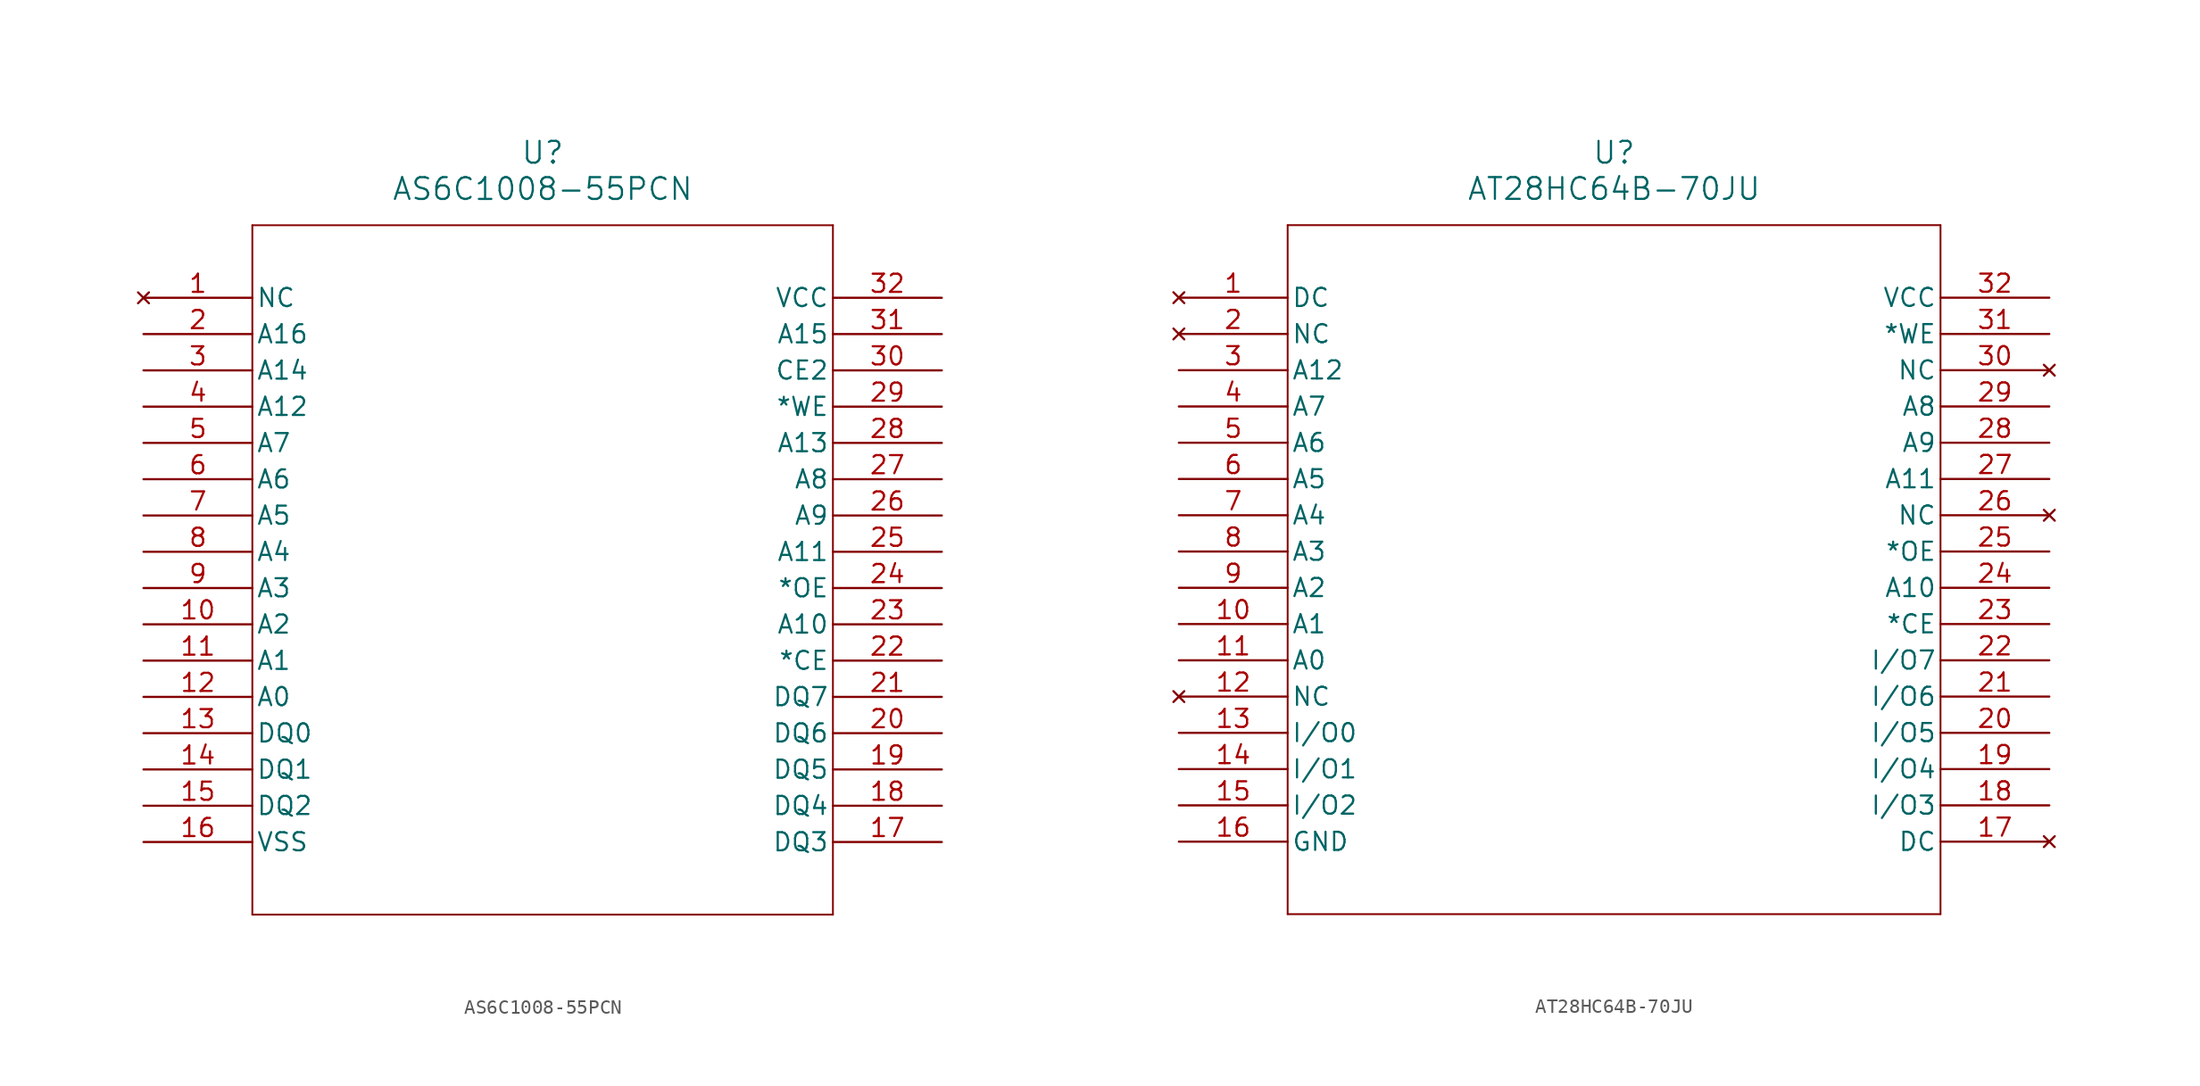
<source format=kicad_sym>
(kicad_symbol_lib
  (version 20211014)
  (generator kicad_symbol_editor)
  (symbol "AS6C1008-55PCN"
    (pin_names
      (offset 0.254))
    (property "Reference" "U"
      (at 27.94 10.16 0)
      (effects (font (size 1.524 1.524))))
    (property "Value" "AS6C1008-55PCN"
      (at 27.94 7.62 0)
      (effects (font (size 1.524 1.524))))
    (symbol "AS6C1008-55PCN_0_1"
      (polyline (pts (xy 7.62 -43.18) (xy 48.26 -43.18)) (stroke (width 0.127) (type default) (color 0 0 0 0)) (fill (type none)))
      (polyline (pts (xy 7.62 5.08) (xy 7.62 -43.18)) (stroke (width 0.127) (type default) (color 0 0 0 0)) (fill (type none)))
      (polyline (pts (xy 48.26 -43.18) (xy 48.26 5.08)) (stroke (width 0.127) (type default) (color 0 0 0 0)) (fill (type none)))
      (polyline (pts (xy 48.26 5.08) (xy 7.62 5.08)) (stroke (width 0.127) (type default) (color 0 0 0 0)) (fill (type none)))
      (pin no_connect line (at 0 0 0) (length 7.62) (name "NC" (effects (font (size 1.27 1.27)))) (number "1" (effects (font (size 1.27 1.27)))))
      (pin input line (at 0 -22.86 0) (length 7.62) (name "A2" (effects (font (size 1.27 1.27)))) (number "10" (effects (font (size 1.27 1.27)))))
      (pin input line (at 0 -25.4 0) (length 7.62) (name "A1" (effects (font (size 1.27 1.27)))) (number "11" (effects (font (size 1.27 1.27)))))
      (pin input line (at 0 -27.94 0) (length 7.62) (name "A0" (effects (font (size 1.27 1.27)))) (number "12" (effects (font (size 1.27 1.27)))))
      (pin bidirectional line (at 0 -30.48 0) (length 7.62) (name "DQ0" (effects (font (size 1.27 1.27)))) (number "13" (effects (font (size 1.27 1.27)))))
      (pin bidirectional line (at 0 -33.02 0) (length 7.62) (name "DQ1" (effects (font (size 1.27 1.27)))) (number "14" (effects (font (size 1.27 1.27)))))
      (pin bidirectional line (at 0 -35.56 0) (length 7.62) (name "DQ2" (effects (font (size 1.27 1.27)))) (number "15" (effects (font (size 1.27 1.27)))))
      (pin power_in line (at 0 -38.1 0) (length 7.62) (name "VSS" (effects (font (size 1.27 1.27)))) (number "16" (effects (font (size 1.27 1.27)))))
      (pin bidirectional line (at 55.88 -38.1 180) (length 7.62) (name "DQ3" (effects (font (size 1.27 1.27)))) (number "17" (effects (font (size 1.27 1.27)))))
      (pin bidirectional line (at 55.88 -35.56 180) (length 7.62) (name "DQ4" (effects (font (size 1.27 1.27)))) (number "18" (effects (font (size 1.27 1.27)))))
      (pin bidirectional line (at 55.88 -33.02 180) (length 7.62) (name "DQ5" (effects (font (size 1.27 1.27)))) (number "19" (effects (font (size 1.27 1.27)))))
      (pin input line (at 0 -2.54 0) (length 7.62) (name "A16" (effects (font (size 1.27 1.27)))) (number "2" (effects (font (size 1.27 1.27)))))
      (pin bidirectional line (at 55.88 -30.48 180) (length 7.62) (name "DQ6" (effects (font (size 1.27 1.27)))) (number "20" (effects (font (size 1.27 1.27)))))
      (pin bidirectional line (at 55.88 -27.94 180) (length 7.62) (name "DQ7" (effects (font (size 1.27 1.27)))) (number "21" (effects (font (size 1.27 1.27)))))
      (pin input line (at 55.88 -25.4 180) (length 7.62) (name "*CE" (effects (font (size 1.27 1.27)))) (number "22" (effects (font (size 1.27 1.27)))))
      (pin input line (at 55.88 -22.86 180) (length 7.62) (name "A10" (effects (font (size 1.27 1.27)))) (number "23" (effects (font (size 1.27 1.27)))))
      (pin bidirectional line (at 55.88 -20.32 180) (length 7.62) (name "*OE" (effects (font (size 1.27 1.27)))) (number "24" (effects (font (size 1.27 1.27)))))
      (pin input line (at 55.88 -17.78 180) (length 7.62) (name "A11" (effects (font (size 1.27 1.27)))) (number "25" (effects (font (size 1.27 1.27)))))
      (pin input line (at 55.88 -15.24 180) (length 7.62) (name "A9" (effects (font (size 1.27 1.27)))) (number "26" (effects (font (size 1.27 1.27)))))
      (pin input line (at 55.88 -12.7 180) (length 7.62) (name "A8" (effects (font (size 1.27 1.27)))) (number "27" (effects (font (size 1.27 1.27)))))
      (pin input line (at 55.88 -10.16 180) (length 7.62) (name "A13" (effects (font (size 1.27 1.27)))) (number "28" (effects (font (size 1.27 1.27)))))
      (pin input line (at 55.88 -7.62 180) (length 7.62) (name "*WE" (effects (font (size 1.27 1.27)))) (number "29" (effects (font (size 1.27 1.27)))))
      (pin input line (at 0 -5.08 0) (length 7.62) (name "A14" (effects (font (size 1.27 1.27)))) (number "3" (effects (font (size 1.27 1.27)))))
      (pin input line (at 55.88 -5.08 180) (length 7.62) (name "CE2" (effects (font (size 1.27 1.27)))) (number "30" (effects (font (size 1.27 1.27)))))
      (pin input line (at 55.88 -2.54 180) (length 7.62) (name "A15" (effects (font (size 1.27 1.27)))) (number "31" (effects (font (size 1.27 1.27)))))
      (pin power_in line (at 55.88 0 180) (length 7.62) (name "VCC" (effects (font (size 1.27 1.27)))) (number "32" (effects (font (size 1.27 1.27)))))
      (pin input line (at 0 -7.62 0) (length 7.62) (name "A12" (effects (font (size 1.27 1.27)))) (number "4" (effects (font (size 1.27 1.27)))))
      (pin input line (at 0 -10.16 0) (length 7.62) (name "A7" (effects (font (size 1.27 1.27)))) (number "5" (effects (font (size 1.27 1.27)))))
      (pin input line (at 0 -12.7 0) (length 7.62) (name "A6" (effects (font (size 1.27 1.27)))) (number "6" (effects (font (size 1.27 1.27)))))
      (pin input line (at 0 -15.24 0) (length 7.62) (name "A5" (effects (font (size 1.27 1.27)))) (number "7" (effects (font (size 1.27 1.27)))))
      (pin input line (at 0 -17.78 0) (length 7.62) (name "A4" (effects (font (size 1.27 1.27)))) (number "8" (effects (font (size 1.27 1.27)))))
      (pin input line (at 0 -20.32 0) (length 7.62) (name "A3" (effects (font (size 1.27 1.27)))) (number "9" (effects (font (size 1.27 1.27)))))))
  (symbol "AT28HC64B-70JU"
    (pin_names
      (offset 0.254))
    (property "Reference" "U"
      (at 30.48 10.16 0)
      (effects (font (size 1.524 1.524))))
    (property "Value" "AT28HC64B-70JU"
      (at 30.48 7.62 0)
      (effects (font (size 1.524 1.524))))
    (symbol "AT28HC64B-70JU_0_1"
      (polyline (pts (xy 7.62 -43.18) (xy 53.34 -43.18)) (stroke (width 0.127) (type default) (color 0 0 0 0)) (fill (type none)))
      (polyline (pts (xy 7.62 5.08) (xy 7.62 -43.18)) (stroke (width 0.127) (type default) (color 0 0 0 0)) (fill (type none)))
      (polyline (pts (xy 53.34 -43.18) (xy 53.34 5.08)) (stroke (width 0.127) (type default) (color 0 0 0 0)) (fill (type none)))
      (polyline (pts (xy 53.34 5.08) (xy 7.62 5.08)) (stroke (width 0.127) (type default) (color 0 0 0 0)) (fill (type none)))
      (pin no_connect line (at 0 0 0) (length 7.62) (name "DC" (effects (font (size 1.27 1.27)))) (number "1" (effects (font (size 1.27 1.27)))))
      (pin unspecified line (at 0 -22.86 0) (length 7.62) (name "A1" (effects (font (size 1.27 1.27)))) (number "10" (effects (font (size 1.27 1.27)))))
      (pin unspecified line (at 0 -25.4 0) (length 7.62) (name "A0" (effects (font (size 1.27 1.27)))) (number "11" (effects (font (size 1.27 1.27)))))
      (pin no_connect line (at 0 -27.94 0) (length 7.62) (name "NC" (effects (font (size 1.27 1.27)))) (number "12" (effects (font (size 1.27 1.27)))))
      (pin bidirectional line (at 0 -30.48 0) (length 7.62) (name "I/O0" (effects (font (size 1.27 1.27)))) (number "13" (effects (font (size 1.27 1.27)))))
      (pin bidirectional line (at 0 -33.02 0) (length 7.62) (name "I/O1" (effects (font (size 1.27 1.27)))) (number "14" (effects (font (size 1.27 1.27)))))
      (pin bidirectional line (at 0 -35.56 0) (length 7.62) (name "I/O2" (effects (font (size 1.27 1.27)))) (number "15" (effects (font (size 1.27 1.27)))))
      (pin power_in line (at 0 -38.1 0) (length 7.62) (name "GND" (effects (font (size 1.27 1.27)))) (number "16" (effects (font (size 1.27 1.27)))))
      (pin no_connect line (at 60.96 -38.1 180) (length 7.62) (name "DC" (effects (font (size 1.27 1.27)))) (number "17" (effects (font (size 1.27 1.27)))))
      (pin bidirectional line (at 60.96 -35.56 180) (length 7.62) (name "I/O3" (effects (font (size 1.27 1.27)))) (number "18" (effects (font (size 1.27 1.27)))))
      (pin bidirectional line (at 60.96 -33.02 180) (length 7.62) (name "I/O4" (effects (font (size 1.27 1.27)))) (number "19" (effects (font (size 1.27 1.27)))))
      (pin no_connect line (at 0 -2.54 0) (length 7.62) (name "NC" (effects (font (size 1.27 1.27)))) (number "2" (effects (font (size 1.27 1.27)))))
      (pin bidirectional line (at 60.96 -30.48 180) (length 7.62) (name "I/O5" (effects (font (size 1.27 1.27)))) (number "20" (effects (font (size 1.27 1.27)))))
      (pin bidirectional line (at 60.96 -27.94 180) (length 7.62) (name "I/O6" (effects (font (size 1.27 1.27)))) (number "21" (effects (font (size 1.27 1.27)))))
      (pin bidirectional line (at 60.96 -25.4 180) (length 7.62) (name "I/O7" (effects (font (size 1.27 1.27)))) (number "22" (effects (font (size 1.27 1.27)))))
      (pin unspecified line (at 60.96 -22.86 180) (length 7.62) (name "*CE" (effects (font (size 1.27 1.27)))) (number "23" (effects (font (size 1.27 1.27)))))
      (pin unspecified line (at 60.96 -20.32 180) (length 7.62) (name "A10" (effects (font (size 1.27 1.27)))) (number "24" (effects (font (size 1.27 1.27)))))
      (pin output line (at 60.96 -17.78 180) (length 7.62) (name "*OE" (effects (font (size 1.27 1.27)))) (number "25" (effects (font (size 1.27 1.27)))))
      (pin no_connect line (at 60.96 -15.24 180) (length 7.62) (name "NC" (effects (font (size 1.27 1.27)))) (number "26" (effects (font (size 1.27 1.27)))))
      (pin unspecified line (at 60.96 -12.7 180) (length 7.62) (name "A11" (effects (font (size 1.27 1.27)))) (number "27" (effects (font (size 1.27 1.27)))))
      (pin unspecified line (at 60.96 -10.16 180) (length 7.62) (name "A9" (effects (font (size 1.27 1.27)))) (number "28" (effects (font (size 1.27 1.27)))))
      (pin unspecified line (at 60.96 -7.62 180) (length 7.62) (name "A8" (effects (font (size 1.27 1.27)))) (number "29" (effects (font (size 1.27 1.27)))))
      (pin unspecified line (at 0 -5.08 0) (length 7.62) (name "A12" (effects (font (size 1.27 1.27)))) (number "3" (effects (font (size 1.27 1.27)))))
      (pin no_connect line (at 60.96 -5.08 180) (length 7.62) (name "NC" (effects (font (size 1.27 1.27)))) (number "30" (effects (font (size 1.27 1.27)))))
      (pin unspecified line (at 60.96 -2.54 180) (length 7.62) (name "*WE" (effects (font (size 1.27 1.27)))) (number "31" (effects (font (size 1.27 1.27)))))
      (pin power_in line (at 60.96 0 180) (length 7.62) (name "VCC" (effects (font (size 1.27 1.27)))) (number "32" (effects (font (size 1.27 1.27)))))
      (pin unspecified line (at 0 -7.62 0) (length 7.62) (name "A7" (effects (font (size 1.27 1.27)))) (number "4" (effects (font (size 1.27 1.27)))))
      (pin unspecified line (at 0 -10.16 0) (length 7.62) (name "A6" (effects (font (size 1.27 1.27)))) (number "5" (effects (font (size 1.27 1.27)))))
      (pin unspecified line (at 0 -12.7 0) (length 7.62) (name "A5" (effects (font (size 1.27 1.27)))) (number "6" (effects (font (size 1.27 1.27)))))
      (pin unspecified line (at 0 -15.24 0) (length 7.62) (name "A4" (effects (font (size 1.27 1.27)))) (number "7" (effects (font (size 1.27 1.27)))))
      (pin unspecified line (at 0 -17.78 0) (length 7.62) (name "A3" (effects (font (size 1.27 1.27)))) (number "8" (effects (font (size 1.27 1.27)))))
      (pin unspecified line (at 0 -20.32 0) (length 7.62) (name "A2" (effects (font (size 1.27 1.27)))) (number "9" (effects (font (size 1.27 1.27))))))))
</source>
